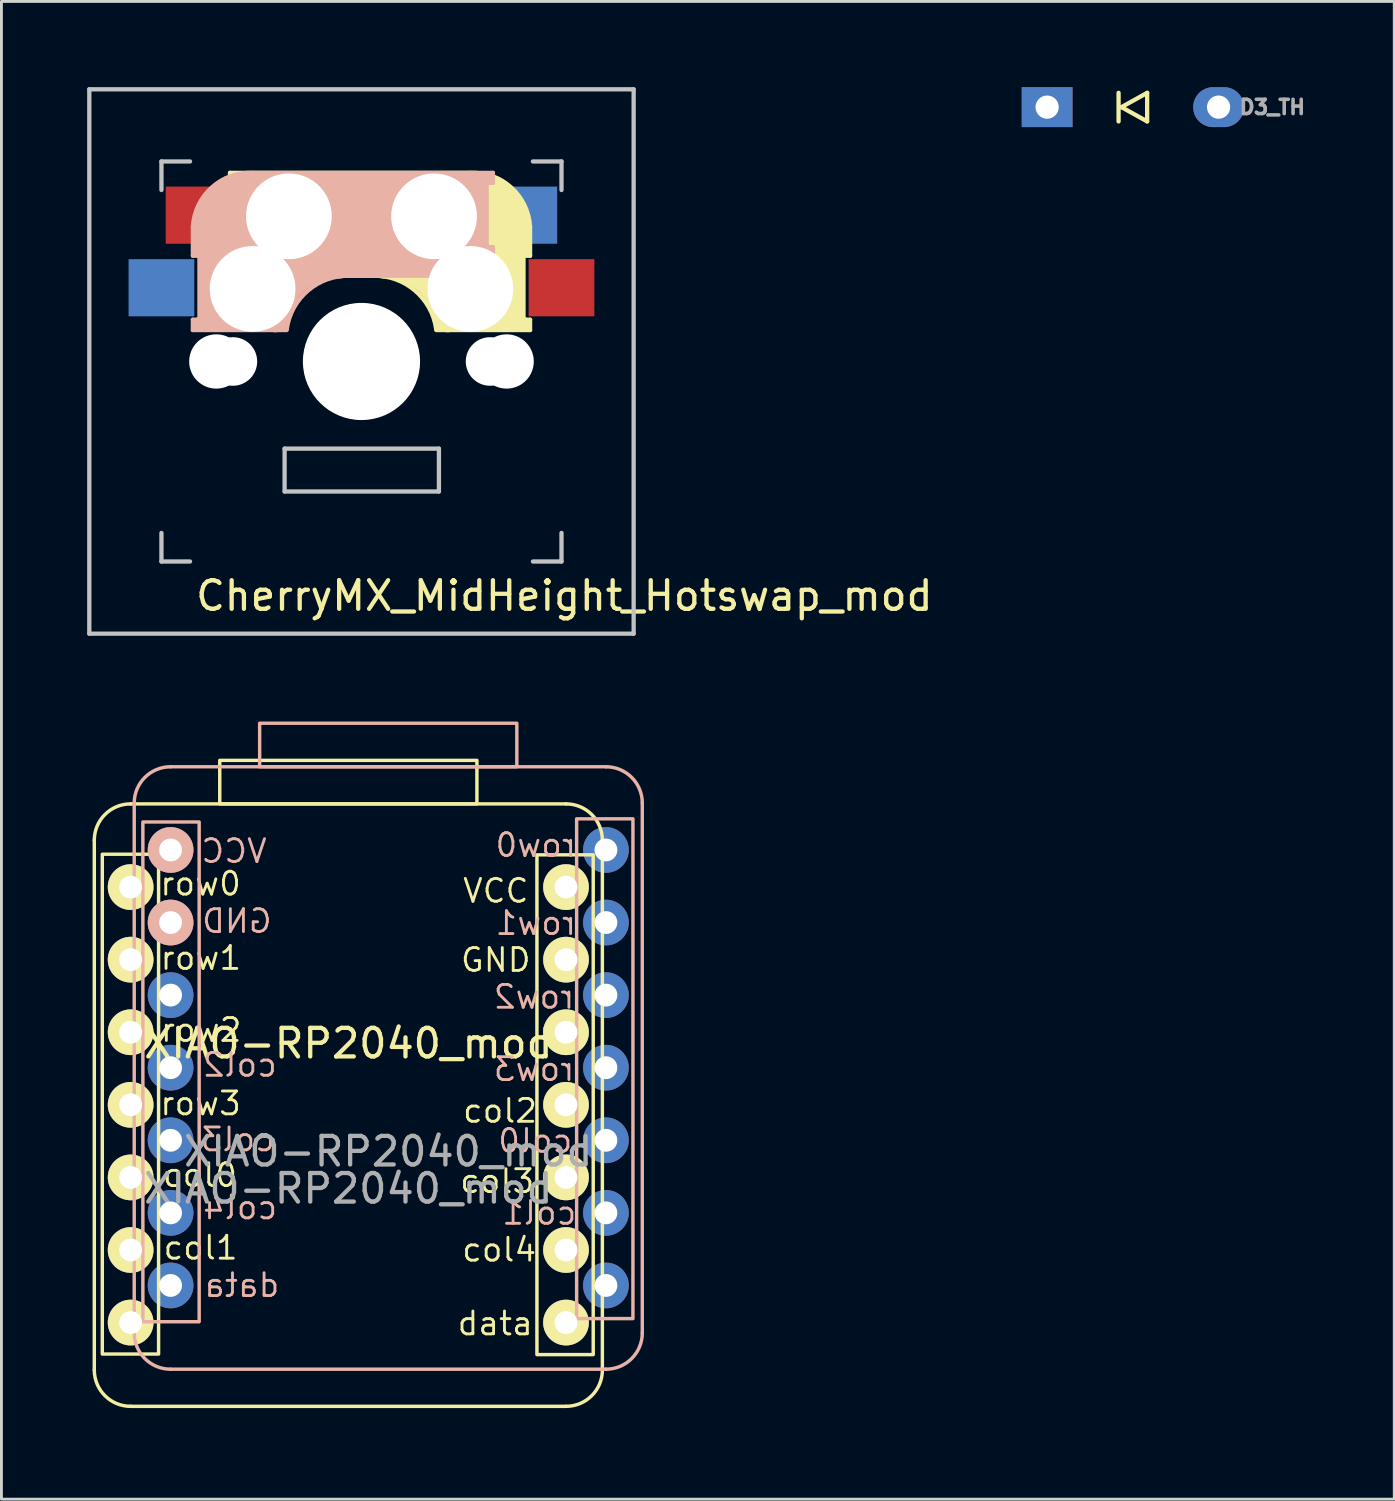
<source format=kicad_pcb>
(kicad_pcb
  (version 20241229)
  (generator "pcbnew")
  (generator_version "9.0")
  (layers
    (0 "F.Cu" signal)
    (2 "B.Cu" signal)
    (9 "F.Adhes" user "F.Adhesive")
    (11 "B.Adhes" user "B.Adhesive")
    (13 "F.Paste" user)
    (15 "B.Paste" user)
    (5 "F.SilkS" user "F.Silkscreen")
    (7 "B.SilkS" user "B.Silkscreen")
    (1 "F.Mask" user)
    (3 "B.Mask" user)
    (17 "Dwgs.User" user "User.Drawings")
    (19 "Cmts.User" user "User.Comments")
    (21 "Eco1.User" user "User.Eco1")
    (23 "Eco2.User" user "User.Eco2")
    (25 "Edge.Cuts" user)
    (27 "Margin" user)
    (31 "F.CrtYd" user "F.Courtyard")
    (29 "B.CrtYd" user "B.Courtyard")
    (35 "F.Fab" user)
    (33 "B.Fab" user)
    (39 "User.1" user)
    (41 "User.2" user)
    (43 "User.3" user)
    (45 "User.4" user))
  (footprint "CherryMX_MidHeight_Hotswap_mod"
    (layer "F.Cu")
    (at 9.6 9.6)
    (property "Reference" "CherryMX_MidHeight_Hotswap_mod" (at 7.1 8.2 0) (layer "F.SilkS") (effects (font (size 1 1) (thickness 0.15))))
    (attr through_hole)
    (fp_line (start -4.6 -6.6) (end 3.8 -6.6) (stroke (width 0.15) (type solid)) (layer "F.SilkS"))
    (fp_line (start -4.6 -6.25) (end -4.6 -6.6) (stroke (width 0.15) (type solid)) (layer "F.SilkS"))
    (fp_line (start -4.6 -4) (end -4.4 -4) (stroke (width 0.15) (type solid)) (layer "F.SilkS"))
    (fp_line (start -4.6 -3) (end -4.6 -4) (stroke (width 0.15) (type solid)) (layer "F.SilkS"))
    (fp_line (start -4.4 -6.4) (end -3 -6.4) (stroke (width 0.4) (type solid)) (layer "F.SilkS"))
    (fp_line (start -4.4 -6.25) (end -4.6 -6.25) (stroke (width 0.15) (type solid)) (layer "F.SilkS"))
    (fp_line (start -4.4 -3.9) (end -4.4 -3.2) (stroke (width 0.4) (type solid)) (layer "F.SilkS"))
    (fp_line (start -4.38 -4) (end -4.38 -6.25) (stroke (width 0.15) (type solid)) (layer "F.SilkS"))
    (fp_line (start -4.3 -3.3) (end -2.9 -3.3) (stroke (width 0.5) (type solid)) (layer "F.SilkS"))
    (fp_line (start -3.9 -6) (end -3.9 -3.5) (stroke (width 1) (type solid)) (layer "F.SilkS"))
    (fp_line (start -2.6 -4.8) (end 4.1 -4.8) (stroke (width 3.5) (type solid)) (layer "F.SilkS"))
    (fp_line (start 0.4 -3) (end -4.6 -3) (stroke (width 0.15) (type solid)) (layer "F.SilkS"))
    (fp_line (start 4.17 -5.1) (end 4.17 -2.86) (stroke (width 3) (type solid)) (layer "F.SilkS"))
    (fp_line (start 5.3 -1.6) (end 5.3 -3.4) (stroke (width 0.8) (type solid)) (layer "F.SilkS"))
    (fp_line (start 5.67 -3.7) (end 5.67 -1.46) (stroke (width 0.15) (type solid)) (layer "F.SilkS"))
    (fp_line (start 5.7 -1.46) (end 5.9 -1.46) (stroke (width 0.15) (type solid)) (layer "F.SilkS"))
    (fp_line (start 5.7 -1.3) (end 3 -1.3) (stroke (width 0.5) (type solid)) (layer "F.SilkS"))
    (fp_line (start 5.8 -3.8) (end 5.8 -4.7) (stroke (width 0.3) (type solid)) (layer "F.SilkS"))
    (fp_line (start 5.9 -4.7) (end 5.9 -3.7) (stroke (width 0.15) (type solid)) (layer "F.SilkS"))
    (fp_line (start 5.9 -3.7) (end 5.7 -3.7) (stroke (width 0.15) (type solid)) (layer "F.SilkS"))
    (fp_line (start 5.9 -1.1) (end 2.62 -1.1) (stroke (width 0.15) (type solid)) (layer "F.SilkS"))
    (fp_line (start 5.9 -1.1) (end 5.9 -1.46) (stroke (width 0.15) (type solid)) (layer "F.SilkS"))
    (fp_arc (start 0.4 -3) (mid 1.868709 -2.486118) (end 2.616318 -1.121471) (stroke (width 0.15) (type solid)) (layer "F.SilkS"))
    (fp_arc (start 0.8 -3.4) (mid 2.268709 -2.886118) (end 3.016318 -1.521471) (stroke (width 1) (type solid)) (layer "F.SilkS"))
    (fp_arc (start 3.8 -6.600001) (mid 5.243504 -6.084925) (end 5.900001 -4.7) (stroke (width 0.15) (type solid)) (layer "F.SilkS"))
    (fp_line (start -5.9 -4.7) (end -5.9 -3.7) (stroke (width 0.15) (type solid)) (layer "B.SilkS"))
    (fp_line (start -5.9 -3.7) (end -5.7 -3.7) (stroke (width 0.15) (type solid)) (layer "B.SilkS"))
    (fp_line (start -5.9 -1.1) (end -5.9 -1.46) (stroke (width 0.15) (type solid)) (layer "B.SilkS"))
    (fp_line (start -5.9 -1.1) (end -2.62 -1.1) (stroke (width 0.15) (type solid)) (layer "B.SilkS"))
    (fp_line (start -5.8 -3.8) (end -5.8 -4.7) (stroke (width 0.3) (type solid)) (layer "B.SilkS"))
    (fp_line (start -5.7 -1.46) (end -5.9 -1.46) (stroke (width 0.15) (type solid)) (layer "B.SilkS"))
    (fp_line (start -5.7 -1.3) (end -3 -1.3) (stroke (width 0.5) (type solid)) (layer "B.SilkS"))
    (fp_line (start -5.67 -3.7) (end -5.67 -1.46) (stroke (width 0.15) (type solid)) (layer "B.SilkS"))
    (fp_line (start -5.3 -1.6) (end -5.3 -3.4) (stroke (width 0.8) (type solid)) (layer "B.SilkS"))
    (fp_line (start -4.17 -5.1) (end -4.17 -2.86) (stroke (width 3) (type solid)) (layer "B.SilkS"))
    (fp_line (start -0.4 -3) (end 4.6 -3) (stroke (width 0.15) (type solid)) (layer "B.SilkS"))
    (fp_line (start 2.6 -4.8) (end -4.1 -4.8) (stroke (width 3.5) (type solid)) (layer "B.SilkS"))
    (fp_line (start 3.9 -6) (end 3.9 -3.5) (stroke (width 1) (type solid)) (layer "B.SilkS"))
    (fp_line (start 4.3 -3.3) (end 2.9 -3.3) (stroke (width 0.5) (type solid)) (layer "B.SilkS"))
    (fp_line (start 4.38 -4) (end 4.38 -6.25) (stroke (width 0.15) (type solid)) (layer "B.SilkS"))
    (fp_line (start 4.4 -6.4) (end 3 -6.4) (stroke (width 0.4) (type solid)) (layer "B.SilkS"))
    (fp_line (start 4.4 -6.25) (end 4.6 -6.25) (stroke (width 0.15) (type solid)) (layer "B.SilkS"))
    (fp_line (start 4.4 -3.9) (end 4.4 -3.2) (stroke (width 0.4) (type solid)) (layer "B.SilkS"))
    (fp_line (start 4.6 -6.6) (end -3.8 -6.6) (stroke (width 0.15) (type solid)) (layer "B.SilkS"))
    (fp_line (start 4.6 -6.25) (end 4.6 -6.6) (stroke (width 0.15) (type solid)) (layer "B.SilkS"))
    (fp_line (start 4.6 -4) (end 4.4 -4) (stroke (width 0.15) (type solid)) (layer "B.SilkS"))
    (fp_line (start 4.6 -3) (end 4.6 -4) (stroke (width 0.15) (type solid)) (layer "B.SilkS"))
    (fp_arc (start -5.9 -4.699999) (mid -5.243504 -6.084924) (end -3.800001 -6.6) (stroke (width 0.15) (type solid)) (layer "B.SilkS"))
    (fp_arc (start -3.016318 -1.521471) (mid -2.268709 -2.886118) (end -0.8 -3.4) (stroke (width 1) (type solid)) (layer "B.SilkS"))
    (fp_arc (start -2.616318 -1.121471) (mid -1.868709 -2.486118) (end -0.4 -3) (stroke (width 0.15) (type solid)) (layer "B.SilkS"))
    (fp_line (start -9.525 -9.525) (end 9.525 -9.525) (stroke (width 0.15) (type solid)) (layer "Dwgs.User"))
    (fp_line (start -9.525 9.525) (end -9.525 -9.525) (stroke (width 0.15) (type solid)) (layer "Dwgs.User"))
    (fp_line (start -7 -7) (end -6 -7) (stroke (width 0.15) (type solid)) (layer "Dwgs.User"))
    (fp_line (start -7 -6) (end -7 -7) (stroke (width 0.15) (type solid)) (layer "Dwgs.User"))
    (fp_line (start -7 6) (end -7 7) (stroke (width 0.15) (type solid)) (layer "Dwgs.User"))
    (fp_line (start -7 7) (end -6 7) (stroke (width 0.15) (type solid)) (layer "Dwgs.User"))
    (fp_line (start -2.69 3.05) (end -2.69 4.55) (stroke (width 0.15) (type solid)) (layer "Dwgs.User"))
    (fp_line (start -2.69 4.55) (end 2.71 4.55) (stroke (width 0.15) (type solid)) (layer "Dwgs.User"))
    (fp_line (start 2.71 3.05) (end -2.69 3.05) (stroke (width 0.15) (type solid)) (layer "Dwgs.User"))
    (fp_line (start 2.71 4.55) (end 2.71 3.05) (stroke (width 0.15) (type solid)) (layer "Dwgs.User"))
    (fp_line (start 6 7) (end 7 7) (stroke (width 0.15) (type solid)) (layer "Dwgs.User"))
    (fp_line (start 7 -7) (end 6 -7) (stroke (width 0.15) (type solid)) (layer "Dwgs.User"))
    (fp_line (start 7 -7) (end 7 -6) (stroke (width 0.15) (type solid)) (layer "Dwgs.User"))
    (fp_line (start 7 7) (end 7 6) (stroke (width 0.15) (type solid)) (layer "Dwgs.User"))
    (fp_line (start 9.525 -9.525) (end 9.525 9.525) (stroke (width 0.15) (type solid)) (layer "Dwgs.User"))
    (fp_line (start 9.525 9.525) (end -9.525 9.525) (stroke (width 0.15) (type solid)) (layer "Dwgs.User"))
    (pad "" np_thru_hole circle (at -5.08 0) (size 1.9 1.9) (drill 1.9) (layers "*.Cu" "*.Mask"))
    (pad "" np_thru_hole circle (at -4.5 0) (size 1.7 1.7) (drill 1.7) (layers "*.Cu" "*.Mask"))
    (pad "" np_thru_hole circle (at -3.81 -2.54 180) (size 3 3) (drill 3) (layers "*.Cu" "*.Mask"))
    (pad "" np_thru_hole circle (at -2.54 -5.08 180) (size 3 3) (drill 3) (layers "*.Cu" "*.Mask"))
    (pad "" np_thru_hole circle (at 0 0 90) (size 4.1 4.1) (drill 4.1) (layers "*.Cu" "*.Mask"))
    (pad "" np_thru_hole circle (at 2.54 -5.08 180) (size 3 3) (drill 3) (layers "*.Cu" "*.Mask"))
    (pad "" np_thru_hole circle (at 3.81 -2.54 180) (size 3 3) (drill 3) (layers "*.Cu" "*.Mask"))
    (pad "" np_thru_hole circle (at 4.5 0) (size 1.7 1.7) (drill 1.7) (layers "*.Cu" "*.Mask"))
    (pad "" np_thru_hole circle (at 5.08 0) (size 1.9 1.9) (drill 1.9) (layers "*.Cu" "*.Mask"))
    (pad "1" smd rect (at -7 -2.58 180) (size 2.3 2) (layers "B.Cu" "B.Mask" "B.Paste"))
    (pad "1" smd rect (at 7 -2.58 180) (size 2.3 2) (layers "F.Cu" "F.Mask" "F.Paste"))
    (pad "2" smd rect (at -5.7 -5.12 180) (size 2.3 2) (layers "F.Cu" "F.Mask" "F.Paste"))
    (pad "2" smd rect (at 5.7 -5.12 180) (size 2.3 2) (layers "B.Cu" "B.Mask" "B.Paste")))
  (footprint "XIAO-RP2040_mod"
    (layer "F.Cu")
    (at 0.25 46.165)
    (property "Reference" "XIAO-RP2040_mod" (at 8.89 -12.7 0) (unlocked yes) (layer "F.SilkS") (effects (font (size 1 1) (thickness 0.15))))
    (attr through_hole)
    (fp_line (start 0 -1.27) (end 0 -19.812) (stroke (width 0.12) (type solid)) (layer "F.SilkS"))
    (fp_line (start 1.27 -21.082) (end 16.51 -21.082) (stroke (width 0.12) (type solid)) (layer "F.SilkS"))
    (fp_line (start 16.51 0) (end 1.27 0) (stroke (width 0.12) (type solid)) (layer "F.SilkS"))
    (fp_line (start 17.78 -19.812) (end 17.78 -1.27) (stroke (width 0.12) (type solid)) (layer "F.SilkS"))
    (fp_rect (start 0.28 -19.32) (end 2.25 -1.83) (stroke (width 0.12) (type solid)) (fill no) (layer "F.SilkS"))
    (fp_rect (start 4.39 -21.082) (end 13.39 -22.606) (stroke (width 0.12) (type solid)) (fill no) (layer "F.SilkS"))
    (fp_rect (start 15.49 -19.3) (end 17.46 -1.81) (stroke (width 0.12) (type solid)) (fill no) (layer "F.SilkS"))
    (fp_arc (start 0 -19.812) (mid 0.371974 -20.710026) (end 1.27 -21.082) (stroke (width 0.12) (type solid)) (layer "F.SilkS"))
    (fp_arc (start 1.27 0) (mid 0.371974 -0.371974) (end 0 -1.27) (stroke (width 0.12) (type solid)) (layer "F.SilkS"))
    (fp_arc (start 16.51 -21.082) (mid 17.408026 -20.710026) (end 17.78 -19.812) (stroke (width 0.12) (type solid)) (layer "F.SilkS"))
    (fp_arc (start 17.78 -1.27) (mid 17.408026 -0.371974) (end 16.51 0) (stroke (width 0.12) (type solid)) (layer "F.SilkS"))
    (fp_line (start 1.397 -2.569) (end 1.397 -21.111) (stroke (width 0.12) (type solid)) (layer "B.SilkS"))
    (fp_line (start 2.667 -22.381) (end 17.907 -22.381) (stroke (width 0.12) (type solid)) (layer "B.SilkS"))
    (fp_line (start 17.907 -1.299) (end 2.667 -1.299) (stroke (width 0.12) (type solid)) (layer "B.SilkS"))
    (fp_line (start 19.177 -21.111) (end 19.177 -2.569) (stroke (width 0.12) (type solid)) (layer "B.SilkS"))
    (fp_rect (start 1.7 -20.45) (end 3.67 -2.96) (stroke (width 0.12) (type solid)) (fill no) (layer "B.SilkS"))
    (fp_rect (start 5.787 -22.381) (end 14.787 -23.905) (stroke (width 0.12) (type solid)) (fill no) (layer "B.SilkS"))
    (fp_rect (start 16.88 -20.56) (end 18.85 -3.07) (stroke (width 0.12) (type solid)) (fill no) (layer "B.SilkS"))
    (fp_arc (start 1.3975 -21.111) (mid 1.769474 -22.009026) (end 2.6675 -22.381) (stroke (width 0.12) (type solid)) (layer "B.SilkS"))
    (fp_arc (start 2.6675 -1.299) (mid 1.769474 -1.670974) (end 1.3975 -2.569) (stroke (width 0.12) (type solid)) (layer "B.SilkS"))
    (fp_arc (start 17.9075 -22.381) (mid 18.805526 -22.009026) (end 19.1775 -21.111) (stroke (width 0.12) (type solid)) (layer "B.SilkS"))
    (fp_arc (start 19.1775 -2.569) (mid 18.805526 -1.670974) (end 17.9075 -1.299) (stroke (width 0.12) (type solid)) (layer "B.SilkS"))
    (fp_text user "col2" (at 14.2 -10.34 0) (unlocked yes) (layer "F.SilkS") (effects (font (size 0.8 0.8) (thickness 0.1))))
    (fp_text user "row2" (at 3.74 -13.17 0) (unlocked yes) (layer "F.SilkS") (effects (font (size 0.8 0.8) (thickness 0.1))))
    (fp_text user "data" (at 14.03 -2.9 0) (unlocked yes) (layer "F.SilkS") (effects (font (size 0.8 0.8) (thickness 0.1))))
    (fp_text user "col0" (at 3.7 -8.09 0) (unlocked yes) (layer "F.SilkS") (effects (font (size 0.8 0.8) (thickness 0.1))))
    (fp_text user "row0" (at 3.72 -18.29 0) (unlocked yes) (layer "F.SilkS") (effects (font (size 0.8 0.8) (thickness 0.1))))
    (fp_text user "col3" (at 14.1 -7.88 0) (unlocked yes) (layer "F.SilkS") (effects (font (size 0.8 0.8) (thickness 0.1))))
    (fp_text user "VCC" (at 14.05 -18.04 0) (unlocked yes) (layer "F.SilkS") (effects (font (size 0.8 0.8) (thickness 0.1))))
    (fp_text user "GND" (at 14.05 -15.62 0) (unlocked yes) (layer "F.SilkS") (effects (font (size 0.8 0.8) (thickness 0.1))))
    (fp_text user "row1" (at 3.73 -15.69 0) (unlocked yes) (layer "F.SilkS") (effects (font (size 0.8 0.8) (thickness 0.1))))
    (fp_text user "col4" (at 14.17 -5.48 0) (unlocked yes) (layer "F.SilkS") (effects (font (size 0.8 0.8) (thickness 0.1))))
    (fp_text user "col1" (at 3.72 -5.55 0) (unlocked yes) (layer "F.SilkS") (effects (font (size 0.8 0.8) (thickness 0.1))))
    (fp_text user "row3" (at 3.72 -10.6 0) (unlocked yes) (layer "F.SilkS") (effects (font (size 0.8 0.8) (thickness 0.1))))
    (fp_text user "col1" (at 15.57 -6.77 0) (unlocked yes) (layer "B.SilkS") (effects (font (size 0.8 0.8) (thickness 0.1)) (justify mirror)))
    (fp_text user "col0" (at 15.43 -9.29 0) (unlocked yes) (layer "B.SilkS") (effects (font (size 0.8 0.8) (thickness 0.1)) (justify mirror)))
    (fp_text user "GND" (at 4.99 -16.98 0) (unlocked yes) (layer "B.SilkS") (effects (font (size 0.8 0.8) (thickness 0.1)) (justify mirror)))
    (fp_text user "col4" (at 5.1 -6.96 0) (unlocked yes) (layer "B.SilkS") (effects (font (size 0.8 0.8) (thickness 0.1)) (justify mirror)))
    (fp_text user "row3" (at 15.39 -11.8 0) (unlocked yes) (layer "B.SilkS") (effects (font (size 0.8 0.8) (thickness 0.1)) (justify mirror)))
    (fp_text user "row2" (at 15.39 -14.33 0) (unlocked yes) (layer "B.SilkS") (effects (font (size 0.8 0.8) (thickness 0.1)) (justify mirror)))
    (fp_text user "row1" (at 15.45 -16.91 0) (unlocked yes) (layer "B.SilkS") (effects (font (size 0.8 0.8) (thickness 0.1)) (justify mirror)))
    (fp_text user "data" (at 5.16 -4.24 0) (unlocked yes) (layer "B.SilkS") (effects (font (size 0.8 0.8) (thickness 0.1)) (justify mirror)))
    (fp_text user "VCC" (at 4.89 -19.43 0) (unlocked yes) (layer "B.SilkS") (effects (font (size 0.8 0.8) (thickness 0.1)) (justify mirror)))
    (fp_text user "row0" (at 15.45 -19.64 0) (unlocked yes) (layer "B.SilkS") (effects (font (size 0.8 0.8) (thickness 0.1)) (justify mirror)))
    (fp_text user "col3" (at 5.02 -9.34 0) (unlocked yes) (layer "B.SilkS") (effects (font (size 0.8 0.8) (thickness 0.1)) (justify mirror)))
    (fp_text user "col2" (at 5.09 -11.95 0) (unlocked yes) (layer "B.SilkS") (effects (font (size 0.8 0.8) (thickness 0.1)) (justify mirror)))
    (fp_text user "${REFERENCE}" (at 8.89 -7.62 0) (unlocked yes) (layer "F.Fab") (effects (font (size 1 1) (thickness 0.15))))
    (fp_text user "${REFERENCE}" (at 10.287 -8.919 0) (unlocked yes) (layer "F.Fab") (effects (font (size 1 1) (thickness 0.15))))
    (pad "1" thru_hole circle (at 1.272 -18.171) (size 1.6 1.6) (drill 0.8) (layers "*.Cu" "*.Mask" "F.SilkS"))
    (pad "1" thru_hole circle (at 17.905 -19.47) (size 1.6 1.6) (drill 0.8) (layers "*.Cu" "*.Mask"))
    (pad "2" thru_hole circle (at 1.272 -15.631) (size 1.6 1.6) (drill 0.8) (layers "*.Cu" "*.Mask" "F.SilkS"))
    (pad "2" thru_hole circle (at 17.905 -16.93) (size 1.6 1.6) (drill 0.8) (layers "*.Cu" "*.Mask"))
    (pad "3" thru_hole circle (at 1.272 -13.091) (size 1.6 1.6) (drill 0.8) (layers "*.Cu" "*.Mask" "F.SilkS"))
    (pad "3" thru_hole circle (at 17.905 -14.39) (size 1.6 1.6) (drill 0.8) (layers "*.Cu" "*.Mask"))
    (pad "4" thru_hole circle (at 1.272 -10.551) (size 1.6 1.6) (drill 0.8) (layers "*.Cu" "*.Mask" "F.SilkS"))
    (pad "4" thru_hole circle (at 17.905 -11.85) (size 1.6 1.6) (drill 0.8) (layers "*.Cu" "*.Mask"))
    (pad "5" thru_hole circle (at 1.272 -8.011) (size 1.6 1.6) (drill 0.8) (layers "*.Cu" "*.Mask" "F.SilkS"))
    (pad "5" thru_hole circle (at 17.905 -9.31) (size 1.6 1.6) (drill 0.8) (layers "*.Cu" "*.Mask"))
    (pad "6" thru_hole circle (at 1.272 -5.471) (size 1.6 1.6) (drill 0.8) (layers "*.Cu" "*.Mask" "F.SilkS"))
    (pad "6" thru_hole circle (at 17.905 -6.77) (size 1.6 1.6) (drill 0.8) (layers "*.Cu" "*.Mask"))
    (pad "7" thru_hole circle (at 1.272 -2.931) (size 1.6 1.6) (drill 0.8) (layers "*.Cu" "*.Mask" "F.SilkS"))
    (pad "7" thru_hole circle (at 17.905 -4.23) (size 1.6 1.6) (drill 0.8) (layers "*.Cu" "*.Mask"))
    (pad "8" thru_hole circle (at 2.67 -4.23) (size 1.6 1.6) (drill 0.8) (layers "*.Cu" "*.Mask"))
    (pad "8" thru_hole circle (at 16.508 -2.931) (size 1.6 1.6) (drill 0.8) (layers "*.Cu" "*.Mask" "F.SilkS"))
    (pad "9" thru_hole circle (at 2.67 -6.77) (size 1.6 1.6) (drill 0.8) (layers "*.Cu" "*.Mask"))
    (pad "9" thru_hole circle (at 16.508 -5.471) (size 1.6 1.6) (drill 0.8) (layers "*.Cu" "*.Mask" "F.SilkS"))
    (pad "10" thru_hole circle (at 2.67 -9.31) (size 1.6 1.6) (drill 0.8) (layers "*.Cu" "*.Mask"))
    (pad "10" thru_hole circle (at 16.508 -8.011) (size 1.6 1.6) (drill 0.8) (layers "*.Cu" "*.Mask" "F.SilkS"))
    (pad "11" thru_hole circle (at 2.67 -11.85) (size 1.6 1.6) (drill 0.8) (layers "*.Cu" "*.Mask"))
    (pad "11" thru_hole circle (at 16.508 -10.551) (size 1.6 1.6) (drill 0.8) (layers "*.Cu" "*.Mask" "F.SilkS"))
    (pad "12" thru_hole circle (at 2.67 -14.39) (size 1.6 1.6) (drill 0.8) (layers "*.Cu" "*.Mask"))
    (pad "12" thru_hole circle (at 16.508 -13.091) (size 1.6 1.6) (drill 0.8) (layers "*.Cu" "*.Mask" "F.SilkS"))
    (pad "13" thru_hole circle (at 2.67 -16.93) (size 1.6 1.6) (drill 0.8) (layers "*.Cu" "*.Mask" "B.SilkS"))
    (pad "13" thru_hole circle (at 16.508 -15.631) (size 1.6 1.6) (drill 0.8) (layers "*.Cu" "*.Mask" "F.SilkS"))
    (pad "14" thru_hole circle (at 2.67 -19.47) (size 1.6 1.6) (drill 0.8) (layers "*.Cu" "*.Mask" "B.SilkS"))
    (pad "14" thru_hole circle (at 16.508 -18.171) (size 1.6 1.6) (drill 0.8) (layers "*.Cu" "*.Mask" "F.SilkS")))
  (footprint "D3_TH"
    (layer "F.Cu")
    (at 36.595 0.699)
    (property "Reference" "D3_TH" (at 4.88 0 180) (layer "F.Fab") (effects (font (size 0.5 0.5) (thickness 0.125))))
    (attr through_hole)
    (fp_line (start -0.5 -0.5) (end -0.5 0.5) (stroke (width 0.15) (type solid)) (layer "F.SilkS"))
    (fp_line (start -0.4 0) (end 0.5 -0.5) (stroke (width 0.15) (type solid)) (layer "F.SilkS"))
    (fp_line (start 0.5 -0.5) (end 0.5 0.5) (stroke (width 0.15) (type solid)) (layer "F.SilkS"))
    (fp_line (start 0.5 0.5) (end -0.4 0) (stroke (width 0.15) (type solid)) (layer "F.SilkS"))
    (pad "1" thru_hole rect (at -3 0) (size 1.778 1.397) (drill 0.813) (layers "*.Cu" "B.Mask"))
    (pad "2" thru_hole oval (at 3 0) (size 1.778 1.397) (drill 0.813) (layers "*.Cu" "B.Mask")))
  (gr_rect
    (start -3 -3)
    (end 45.743 49.415)
    (stroke (width 0.1) (type default))
    (fill no)
    (layer "Edge.Cuts")))
</source>
